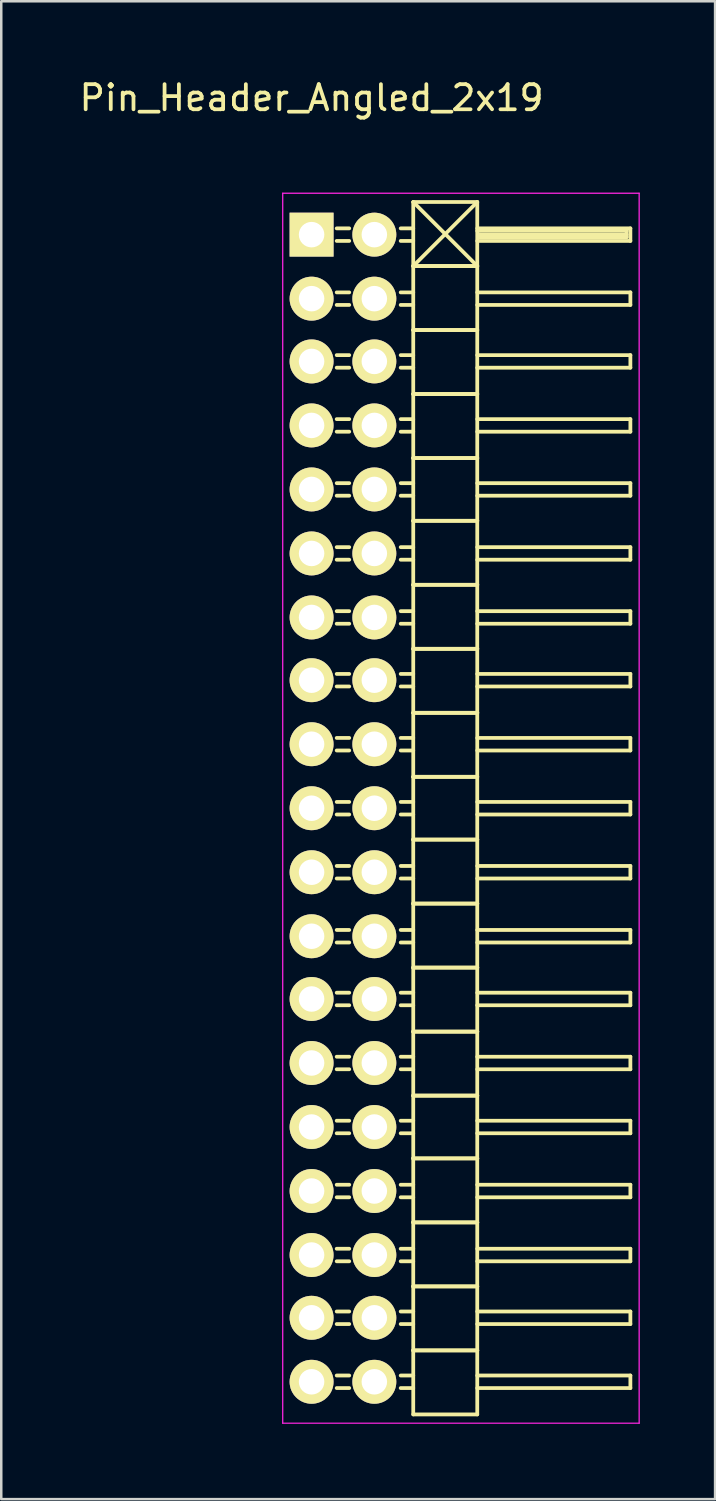
<source format=kicad_pcb>
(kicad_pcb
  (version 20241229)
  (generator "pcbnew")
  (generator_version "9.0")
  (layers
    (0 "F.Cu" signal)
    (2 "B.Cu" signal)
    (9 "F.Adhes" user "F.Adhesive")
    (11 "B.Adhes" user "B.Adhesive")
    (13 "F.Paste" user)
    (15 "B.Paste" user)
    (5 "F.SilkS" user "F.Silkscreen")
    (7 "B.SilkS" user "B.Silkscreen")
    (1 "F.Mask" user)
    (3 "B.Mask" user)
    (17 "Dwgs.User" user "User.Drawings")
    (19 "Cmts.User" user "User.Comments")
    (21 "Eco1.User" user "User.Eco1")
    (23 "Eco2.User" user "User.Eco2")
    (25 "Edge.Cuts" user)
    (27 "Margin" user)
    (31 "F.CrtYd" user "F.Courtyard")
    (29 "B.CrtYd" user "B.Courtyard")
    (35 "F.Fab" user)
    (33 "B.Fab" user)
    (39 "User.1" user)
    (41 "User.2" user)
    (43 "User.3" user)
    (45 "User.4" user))
  (footprint "Pin_Header_Angled_2x19"
    (layer "F.Cu")
    (at 9.363 6.298)
    (property "Reference" "Pin_Header_Angled_2x19" (at 0 -5.45 0) (layer "F.SilkS") (effects (font (size 1 1) (thickness 0.15))))
    (attr through_hole)
    (fp_line (start 1.5 -0.25) (end 1 -0.25) (stroke (width 0.15) (type solid)) (layer "F.SilkS"))
    (fp_line (start 1.5 0.25) (end 1 0.25) (stroke (width 0.15) (type solid)) (layer "F.SilkS"))
    (fp_line (start 1.5 2.3) (end 1 2.3) (stroke (width 0.15) (type solid)) (layer "F.SilkS"))
    (fp_line (start 1.5 2.8) (end 1 2.8) (stroke (width 0.15) (type solid)) (layer "F.SilkS"))
    (fp_line (start 1.5 4.8) (end 1 4.8) (stroke (width 0.15) (type solid)) (layer "F.SilkS"))
    (fp_line (start 1.5 5.3) (end 1 5.3) (stroke (width 0.15) (type solid)) (layer "F.SilkS"))
    (fp_line (start 1.5 7.35) (end 1 7.35) (stroke (width 0.15) (type solid)) (layer "F.SilkS"))
    (fp_line (start 1.5 7.85) (end 1 7.85) (stroke (width 0.15) (type solid)) (layer "F.SilkS"))
    (fp_line (start 1.5 9.9) (end 1 9.9) (stroke (width 0.15) (type solid)) (layer "F.SilkS"))
    (fp_line (start 1.5 10.4) (end 1 10.4) (stroke (width 0.15) (type solid)) (layer "F.SilkS"))
    (fp_line (start 1.5 12.45) (end 1 12.45) (stroke (width 0.15) (type solid)) (layer "F.SilkS"))
    (fp_line (start 1.5 12.95) (end 1 12.95) (stroke (width 0.15) (type solid)) (layer "F.SilkS"))
    (fp_line (start 1.5 15) (end 1 15) (stroke (width 0.15) (type solid)) (layer "F.SilkS"))
    (fp_line (start 1.5 15.5) (end 1 15.5) (stroke (width 0.15) (type solid)) (layer "F.SilkS"))
    (fp_line (start 1.5 17.5) (end 1 17.5) (stroke (width 0.15) (type solid)) (layer "F.SilkS"))
    (fp_line (start 1.5 18) (end 1 18) (stroke (width 0.15) (type solid)) (layer "F.SilkS"))
    (fp_line (start 1.5 20.05) (end 1 20.05) (stroke (width 0.15) (type solid)) (layer "F.SilkS"))
    (fp_line (start 1.5 20.55) (end 1 20.55) (stroke (width 0.15) (type solid)) (layer "F.SilkS"))
    (fp_line (start 1.5 22.6) (end 1 22.6) (stroke (width 0.15) (type solid)) (layer "F.SilkS"))
    (fp_line (start 1.5 23.1) (end 1 23.1) (stroke (width 0.15) (type solid)) (layer "F.SilkS"))
    (fp_line (start 1.5 25.15) (end 1 25.15) (stroke (width 0.15) (type solid)) (layer "F.SilkS"))
    (fp_line (start 1.5 25.65) (end 1 25.65) (stroke (width 0.15) (type solid)) (layer "F.SilkS"))
    (fp_line (start 1.5 27.7) (end 1 27.7) (stroke (width 0.15) (type solid)) (layer "F.SilkS"))
    (fp_line (start 1.5 28.2) (end 1 28.2) (stroke (width 0.15) (type solid)) (layer "F.SilkS"))
    (fp_line (start 1.5 30.2) (end 1 30.2) (stroke (width 0.15) (type solid)) (layer "F.SilkS"))
    (fp_line (start 1.5 30.7) (end 1 30.7) (stroke (width 0.15) (type solid)) (layer "F.SilkS"))
    (fp_line (start 1.5 32.75) (end 1 32.75) (stroke (width 0.15) (type solid)) (layer "F.SilkS"))
    (fp_line (start 1.5 33.25) (end 1 33.25) (stroke (width 0.15) (type solid)) (layer "F.SilkS"))
    (fp_line (start 1.5 35.3) (end 1 35.3) (stroke (width 0.15) (type solid)) (layer "F.SilkS"))
    (fp_line (start 1.5 35.8) (end 1 35.8) (stroke (width 0.15) (type solid)) (layer "F.SilkS"))
    (fp_line (start 1.5 37.85) (end 1 37.85) (stroke (width 0.15) (type solid)) (layer "F.SilkS"))
    (fp_line (start 1.5 38.35) (end 1 38.35) (stroke (width 0.15) (type solid)) (layer "F.SilkS"))
    (fp_line (start 1.5 40.4) (end 1 40.4) (stroke (width 0.15) (type solid)) (layer "F.SilkS"))
    (fp_line (start 1.5 40.9) (end 1 40.9) (stroke (width 0.15) (type solid)) (layer "F.SilkS"))
    (fp_line (start 1.5 42.9) (end 1 42.9) (stroke (width 0.15) (type solid)) (layer "F.SilkS"))
    (fp_line (start 1.5 43.4) (end 1 43.4) (stroke (width 0.15) (type solid)) (layer "F.SilkS"))
    (fp_line (start 1.5 45.45) (end 1 45.45) (stroke (width 0.15) (type solid)) (layer "F.SilkS"))
    (fp_line (start 1.5 45.95) (end 1 45.95) (stroke (width 0.15) (type solid)) (layer "F.SilkS"))
    (fp_line (start 4.05 -1.3) (end 4.05 1.25) (stroke (width 0.15) (type solid)) (layer "F.SilkS"))
    (fp_line (start 4.05 -1.3) (end 6.6 -1.3) (stroke (width 0.15) (type solid)) (layer "F.SilkS"))
    (fp_line (start 4.05 -1.3) (end 6.6 1.25) (stroke (width 0.15) (type solid)) (layer "F.SilkS"))
    (fp_line (start 4.05 -0.25) (end 3.55 -0.25) (stroke (width 0.15) (type solid)) (layer "F.SilkS"))
    (fp_line (start 4.05 0.25) (end 3.55 0.25) (stroke (width 0.15) (type solid)) (layer "F.SilkS"))
    (fp_line (start 4.05 1.25) (end 4.05 3.8) (stroke (width 0.15) (type solid)) (layer "F.SilkS"))
    (fp_line (start 4.05 1.25) (end 6.6 1.25) (stroke (width 0.15) (type solid)) (layer "F.SilkS"))
    (fp_line (start 4.05 1.25) (end 6.6 1.25) (stroke (width 0.15) (type solid)) (layer "F.SilkS"))
    (fp_line (start 4.05 2.3) (end 3.55 2.3) (stroke (width 0.15) (type solid)) (layer "F.SilkS"))
    (fp_line (start 4.05 2.8) (end 3.55 2.8) (stroke (width 0.15) (type solid)) (layer "F.SilkS"))
    (fp_line (start 4.05 3.8) (end 4.05 6.35) (stroke (width 0.15) (type solid)) (layer "F.SilkS"))
    (fp_line (start 4.05 3.8) (end 6.6 3.8) (stroke (width 0.15) (type solid)) (layer "F.SilkS"))
    (fp_line (start 4.05 3.8) (end 6.6 3.8) (stroke (width 0.15) (type solid)) (layer "F.SilkS"))
    (fp_line (start 4.05 4.8) (end 3.55 4.8) (stroke (width 0.15) (type solid)) (layer "F.SilkS"))
    (fp_line (start 4.05 5.3) (end 3.55 5.3) (stroke (width 0.15) (type solid)) (layer "F.SilkS"))
    (fp_line (start 4.05 6.35) (end 4.05 8.9) (stroke (width 0.15) (type solid)) (layer "F.SilkS"))
    (fp_line (start 4.05 6.35) (end 6.6 6.35) (stroke (width 0.15) (type solid)) (layer "F.SilkS"))
    (fp_line (start 4.05 6.35) (end 6.6 6.35) (stroke (width 0.15) (type solid)) (layer "F.SilkS"))
    (fp_line (start 4.05 7.35) (end 3.55 7.35) (stroke (width 0.15) (type solid)) (layer "F.SilkS"))
    (fp_line (start 4.05 7.85) (end 3.55 7.85) (stroke (width 0.15) (type solid)) (layer "F.SilkS"))
    (fp_line (start 4.05 8.9) (end 4.05 11.4) (stroke (width 0.15) (type solid)) (layer "F.SilkS"))
    (fp_line (start 4.05 8.9) (end 6.6 8.9) (stroke (width 0.15) (type solid)) (layer "F.SilkS"))
    (fp_line (start 4.05 8.9) (end 6.6 8.9) (stroke (width 0.15) (type solid)) (layer "F.SilkS"))
    (fp_line (start 4.05 9.9) (end 3.55 9.9) (stroke (width 0.15) (type solid)) (layer "F.SilkS"))
    (fp_line (start 4.05 10.4) (end 3.55 10.4) (stroke (width 0.15) (type solid)) (layer "F.SilkS"))
    (fp_line (start 4.05 11.4) (end 4.05 13.95) (stroke (width 0.15) (type solid)) (layer "F.SilkS"))
    (fp_line (start 4.05 11.4) (end 6.6 11.4) (stroke (width 0.15) (type solid)) (layer "F.SilkS"))
    (fp_line (start 4.05 11.4) (end 6.6 11.4) (stroke (width 0.15) (type solid)) (layer "F.SilkS"))
    (fp_line (start 4.05 12.45) (end 3.55 12.45) (stroke (width 0.15) (type solid)) (layer "F.SilkS"))
    (fp_line (start 4.05 12.95) (end 3.55 12.95) (stroke (width 0.15) (type solid)) (layer "F.SilkS"))
    (fp_line (start 4.05 13.95) (end 4.05 16.5) (stroke (width 0.15) (type solid)) (layer "F.SilkS"))
    (fp_line (start 4.05 13.95) (end 6.6 13.95) (stroke (width 0.15) (type solid)) (layer "F.SilkS"))
    (fp_line (start 4.05 13.95) (end 6.6 13.95) (stroke (width 0.15) (type solid)) (layer "F.SilkS"))
    (fp_line (start 4.05 15) (end 3.55 15) (stroke (width 0.15) (type solid)) (layer "F.SilkS"))
    (fp_line (start 4.05 15.5) (end 3.55 15.5) (stroke (width 0.15) (type solid)) (layer "F.SilkS"))
    (fp_line (start 4.05 16.5) (end 4.05 19.05) (stroke (width 0.15) (type solid)) (layer "F.SilkS"))
    (fp_line (start 4.05 16.5) (end 6.6 16.5) (stroke (width 0.15) (type solid)) (layer "F.SilkS"))
    (fp_line (start 4.05 16.5) (end 6.6 16.5) (stroke (width 0.15) (type solid)) (layer "F.SilkS"))
    (fp_line (start 4.05 17.5) (end 3.55 17.5) (stroke (width 0.15) (type solid)) (layer "F.SilkS"))
    (fp_line (start 4.05 18) (end 3.55 18) (stroke (width 0.15) (type solid)) (layer "F.SilkS"))
    (fp_line (start 4.05 19.05) (end 4.05 21.6) (stroke (width 0.15) (type solid)) (layer "F.SilkS"))
    (fp_line (start 4.05 19.05) (end 6.6 19.05) (stroke (width 0.15) (type solid)) (layer "F.SilkS"))
    (fp_line (start 4.05 19.05) (end 6.6 19.05) (stroke (width 0.15) (type solid)) (layer "F.SilkS"))
    (fp_line (start 4.05 20.05) (end 3.55 20.05) (stroke (width 0.15) (type solid)) (layer "F.SilkS"))
    (fp_line (start 4.05 20.55) (end 3.55 20.55) (stroke (width 0.15) (type solid)) (layer "F.SilkS"))
    (fp_line (start 4.05 21.6) (end 4.05 24.1) (stroke (width 0.15) (type solid)) (layer "F.SilkS"))
    (fp_line (start 4.05 21.6) (end 6.6 21.6) (stroke (width 0.15) (type solid)) (layer "F.SilkS"))
    (fp_line (start 4.05 21.6) (end 6.6 21.6) (stroke (width 0.15) (type solid)) (layer "F.SilkS"))
    (fp_line (start 4.05 22.6) (end 3.55 22.6) (stroke (width 0.15) (type solid)) (layer "F.SilkS"))
    (fp_line (start 4.05 23.1) (end 3.55 23.1) (stroke (width 0.15) (type solid)) (layer "F.SilkS"))
    (fp_line (start 4.05 24.1) (end 4.05 26.65) (stroke (width 0.15) (type solid)) (layer "F.SilkS"))
    (fp_line (start 4.05 24.1) (end 6.6 24.1) (stroke (width 0.15) (type solid)) (layer "F.SilkS"))
    (fp_line (start 4.05 24.1) (end 6.6 24.1) (stroke (width 0.15) (type solid)) (layer "F.SilkS"))
    (fp_line (start 4.05 25.15) (end 3.55 25.15) (stroke (width 0.15) (type solid)) (layer "F.SilkS"))
    (fp_line (start 4.05 25.65) (end 3.55 25.65) (stroke (width 0.15) (type solid)) (layer "F.SilkS"))
    (fp_line (start 4.05 26.65) (end 4.05 29.2) (stroke (width 0.15) (type solid)) (layer "F.SilkS"))
    (fp_line (start 4.05 26.65) (end 6.6 26.65) (stroke (width 0.15) (type solid)) (layer "F.SilkS"))
    (fp_line (start 4.05 26.65) (end 6.6 26.65) (stroke (width 0.15) (type solid)) (layer "F.SilkS"))
    (fp_line (start 4.05 27.7) (end 3.55 27.7) (stroke (width 0.15) (type solid)) (layer "F.SilkS"))
    (fp_line (start 4.05 28.2) (end 3.55 28.2) (stroke (width 0.15) (type solid)) (layer "F.SilkS"))
    (fp_line (start 4.05 29.2) (end 4.05 31.75) (stroke (width 0.15) (type solid)) (layer "F.SilkS"))
    (fp_line (start 4.05 29.2) (end 6.6 29.2) (stroke (width 0.15) (type solid)) (layer "F.SilkS"))
    (fp_line (start 4.05 29.2) (end 6.6 29.2) (stroke (width 0.15) (type solid)) (layer "F.SilkS"))
    (fp_line (start 4.05 30.2) (end 3.55 30.2) (stroke (width 0.15) (type solid)) (layer "F.SilkS"))
    (fp_line (start 4.05 30.7) (end 3.55 30.7) (stroke (width 0.15) (type solid)) (layer "F.SilkS"))
    (fp_line (start 4.05 31.75) (end 4.05 34.3) (stroke (width 0.15) (type solid)) (layer "F.SilkS"))
    (fp_line (start 4.05 31.75) (end 6.6 31.75) (stroke (width 0.15) (type solid)) (layer "F.SilkS"))
    (fp_line (start 4.05 31.75) (end 6.6 31.75) (stroke (width 0.15) (type solid)) (layer "F.SilkS"))
    (fp_line (start 4.05 32.75) (end 3.55 32.75) (stroke (width 0.15) (type solid)) (layer "F.SilkS"))
    (fp_line (start 4.05 33.25) (end 3.55 33.25) (stroke (width 0.15) (type solid)) (layer "F.SilkS"))
    (fp_line (start 4.05 34.3) (end 4.05 36.8) (stroke (width 0.15) (type solid)) (layer "F.SilkS"))
    (fp_line (start 4.05 34.3) (end 6.6 34.3) (stroke (width 0.15) (type solid)) (layer "F.SilkS"))
    (fp_line (start 4.05 34.3) (end 6.6 34.3) (stroke (width 0.15) (type solid)) (layer "F.SilkS"))
    (fp_line (start 4.05 35.3) (end 3.55 35.3) (stroke (width 0.15) (type solid)) (layer "F.SilkS"))
    (fp_line (start 4.05 35.8) (end 3.55 35.8) (stroke (width 0.15) (type solid)) (layer "F.SilkS"))
    (fp_line (start 4.05 36.8) (end 4.05 39.35) (stroke (width 0.15) (type solid)) (layer "F.SilkS"))
    (fp_line (start 4.05 36.8) (end 6.6 36.8) (stroke (width 0.15) (type solid)) (layer "F.SilkS"))
    (fp_line (start 4.05 36.8) (end 6.6 36.8) (stroke (width 0.15) (type solid)) (layer "F.SilkS"))
    (fp_line (start 4.05 37.85) (end 3.55 37.85) (stroke (width 0.15) (type solid)) (layer "F.SilkS"))
    (fp_line (start 4.05 38.35) (end 3.55 38.35) (stroke (width 0.15) (type solid)) (layer "F.SilkS"))
    (fp_line (start 4.05 39.35) (end 4.05 41.9) (stroke (width 0.15) (type solid)) (layer "F.SilkS"))
    (fp_line (start 4.05 39.35) (end 6.6 39.35) (stroke (width 0.15) (type solid)) (layer "F.SilkS"))
    (fp_line (start 4.05 39.35) (end 6.6 39.35) (stroke (width 0.15) (type solid)) (layer "F.SilkS"))
    (fp_line (start 4.05 40.4) (end 3.55 40.4) (stroke (width 0.15) (type solid)) (layer "F.SilkS"))
    (fp_line (start 4.05 40.9) (end 3.55 40.9) (stroke (width 0.15) (type solid)) (layer "F.SilkS"))
    (fp_line (start 4.05 41.9) (end 4.05 44.45) (stroke (width 0.15) (type solid)) (layer "F.SilkS"))
    (fp_line (start 4.05 41.9) (end 6.6 41.9) (stroke (width 0.15) (type solid)) (layer "F.SilkS"))
    (fp_line (start 4.05 41.9) (end 6.6 41.9) (stroke (width 0.15) (type solid)) (layer "F.SilkS"))
    (fp_line (start 4.05 42.9) (end 3.55 42.9) (stroke (width 0.15) (type solid)) (layer "F.SilkS"))
    (fp_line (start 4.05 43.4) (end 3.55 43.4) (stroke (width 0.15) (type solid)) (layer "F.SilkS"))
    (fp_line (start 4.05 44.45) (end 4.05 47) (stroke (width 0.15) (type solid)) (layer "F.SilkS"))
    (fp_line (start 4.05 44.45) (end 6.6 44.45) (stroke (width 0.15) (type solid)) (layer "F.SilkS"))
    (fp_line (start 4.05 44.45) (end 6.6 44.45) (stroke (width 0.15) (type solid)) (layer "F.SilkS"))
    (fp_line (start 4.05 45.45) (end 3.55 45.45) (stroke (width 0.15) (type solid)) (layer "F.SilkS"))
    (fp_line (start 4.05 45.95) (end 3.55 45.95) (stroke (width 0.15) (type solid)) (layer "F.SilkS"))
    (fp_line (start 4.05 47) (end 6.6 47) (stroke (width 0.15) (type solid)) (layer "F.SilkS"))
    (fp_line (start 6.6 -1.3) (end 4.05 1.25) (stroke (width 0.15) (type solid)) (layer "F.SilkS"))
    (fp_line (start 6.6 -0.25) (end 12.7 -0.25) (stroke (width 0.15) (type solid)) (layer "F.SilkS"))
    (fp_line (start 6.6 -0.15) (end 12.55 -0.15) (stroke (width 0.15) (type solid)) (layer "F.SilkS"))
    (fp_line (start 6.6 1.25) (end 6.6 -1.3) (stroke (width 0.15) (type solid)) (layer "F.SilkS"))
    (fp_line (start 6.6 2.3) (end 12.7 2.3) (stroke (width 0.15) (type solid)) (layer "F.SilkS"))
    (fp_line (start 6.6 3.8) (end 6.6 1.25) (stroke (width 0.15) (type solid)) (layer "F.SilkS"))
    (fp_line (start 6.6 4.8) (end 12.7 4.8) (stroke (width 0.15) (type solid)) (layer "F.SilkS"))
    (fp_line (start 6.6 6.35) (end 6.6 3.8) (stroke (width 0.15) (type solid)) (layer "F.SilkS"))
    (fp_line (start 6.6 7.35) (end 12.7 7.35) (stroke (width 0.15) (type solid)) (layer "F.SilkS"))
    (fp_line (start 6.6 8.9) (end 6.6 6.35) (stroke (width 0.15) (type solid)) (layer "F.SilkS"))
    (fp_line (start 6.6 9.9) (end 12.7 9.9) (stroke (width 0.15) (type solid)) (layer "F.SilkS"))
    (fp_line (start 6.6 11.4) (end 6.6 8.9) (stroke (width 0.15) (type solid)) (layer "F.SilkS"))
    (fp_line (start 6.6 12.45) (end 12.7 12.45) (stroke (width 0.15) (type solid)) (layer "F.SilkS"))
    (fp_line (start 6.6 13.95) (end 6.6 11.4) (stroke (width 0.15) (type solid)) (layer "F.SilkS"))
    (fp_line (start 6.6 15) (end 12.7 15) (stroke (width 0.15) (type solid)) (layer "F.SilkS"))
    (fp_line (start 6.6 16.5) (end 6.6 13.95) (stroke (width 0.15) (type solid)) (layer "F.SilkS"))
    (fp_line (start 6.6 17.5) (end 12.7 17.5) (stroke (width 0.15) (type solid)) (layer "F.SilkS"))
    (fp_line (start 6.6 19.05) (end 6.6 16.5) (stroke (width 0.15) (type solid)) (layer "F.SilkS"))
    (fp_line (start 6.6 20.05) (end 12.7 20.05) (stroke (width 0.15) (type solid)) (layer "F.SilkS"))
    (fp_line (start 6.6 21.6) (end 6.6 19.05) (stroke (width 0.15) (type solid)) (layer "F.SilkS"))
    (fp_line (start 6.6 22.6) (end 12.7 22.6) (stroke (width 0.15) (type solid)) (layer "F.SilkS"))
    (fp_line (start 6.6 24.1) (end 6.6 21.6) (stroke (width 0.15) (type solid)) (layer "F.SilkS"))
    (fp_line (start 6.6 25.15) (end 12.7 25.15) (stroke (width 0.15) (type solid)) (layer "F.SilkS"))
    (fp_line (start 6.6 26.65) (end 6.6 24.1) (stroke (width 0.15) (type solid)) (layer "F.SilkS"))
    (fp_line (start 6.6 27.7) (end 12.7 27.7) (stroke (width 0.15) (type solid)) (layer "F.SilkS"))
    (fp_line (start 6.6 29.2) (end 6.6 26.65) (stroke (width 0.15) (type solid)) (layer "F.SilkS"))
    (fp_line (start 6.6 30.2) (end 12.7 30.2) (stroke (width 0.15) (type solid)) (layer "F.SilkS"))
    (fp_line (start 6.6 31.75) (end 6.6 29.2) (stroke (width 0.15) (type solid)) (layer "F.SilkS"))
    (fp_line (start 6.6 32.75) (end 12.7 32.75) (stroke (width 0.15) (type solid)) (layer "F.SilkS"))
    (fp_line (start 6.6 34.3) (end 6.6 31.75) (stroke (width 0.15) (type solid)) (layer "F.SilkS"))
    (fp_line (start 6.6 35.3) (end 12.7 35.3) (stroke (width 0.15) (type solid)) (layer "F.SilkS"))
    (fp_line (start 6.6 36.8) (end 6.6 34.3) (stroke (width 0.15) (type solid)) (layer "F.SilkS"))
    (fp_line (start 6.6 37.85) (end 12.7 37.85) (stroke (width 0.15) (type solid)) (layer "F.SilkS"))
    (fp_line (start 6.6 39.35) (end 6.6 36.8) (stroke (width 0.15) (type solid)) (layer "F.SilkS"))
    (fp_line (start 6.6 40.4) (end 12.7 40.4) (stroke (width 0.15) (type solid)) (layer "F.SilkS"))
    (fp_line (start 6.6 41.9) (end 6.6 39.35) (stroke (width 0.15) (type solid)) (layer "F.SilkS"))
    (fp_line (start 6.6 42.9) (end 12.7 42.9) (stroke (width 0.15) (type solid)) (layer "F.SilkS"))
    (fp_line (start 6.6 44.45) (end 6.6 41.9) (stroke (width 0.15) (type solid)) (layer "F.SilkS"))
    (fp_line (start 6.6 45.45) (end 12.7 45.45) (stroke (width 0.15) (type solid)) (layer "F.SilkS"))
    (fp_line (start 6.6 47) (end 6.6 44.45) (stroke (width 0.15) (type solid)) (layer "F.SilkS"))
    (fp_line (start 6.7 0) (end 12.55 0) (stroke (width 0.15) (type solid)) (layer "F.SilkS"))
    (fp_line (start 6.7 0.1) (end 6.7 0) (stroke (width 0.15) (type solid)) (layer "F.SilkS"))
    (fp_line (start 12.55 -0.15) (end 12.55 0.1) (stroke (width 0.15) (type solid)) (layer "F.SilkS"))
    (fp_line (start 12.55 0.1) (end 6.7 0.1) (stroke (width 0.15) (type solid)) (layer "F.SilkS"))
    (fp_line (start 12.7 -0.25) (end 12.7 0.25) (stroke (width 0.15) (type solid)) (layer "F.SilkS"))
    (fp_line (start 12.7 0.25) (end 6.6 0.25) (stroke (width 0.15) (type solid)) (layer "F.SilkS"))
    (fp_line (start 12.7 2.3) (end 12.7 2.8) (stroke (width 0.15) (type solid)) (layer "F.SilkS"))
    (fp_line (start 12.7 2.8) (end 6.6 2.8) (stroke (width 0.15) (type solid)) (layer "F.SilkS"))
    (fp_line (start 12.7 4.8) (end 12.7 5.3) (stroke (width 0.15) (type solid)) (layer "F.SilkS"))
    (fp_line (start 12.7 5.3) (end 6.6 5.3) (stroke (width 0.15) (type solid)) (layer "F.SilkS"))
    (fp_line (start 12.7 7.35) (end 12.7 7.85) (stroke (width 0.15) (type solid)) (layer "F.SilkS"))
    (fp_line (start 12.7 7.85) (end 6.6 7.85) (stroke (width 0.15) (type solid)) (layer "F.SilkS"))
    (fp_line (start 12.7 9.9) (end 12.7 10.4) (stroke (width 0.15) (type solid)) (layer "F.SilkS"))
    (fp_line (start 12.7 10.4) (end 6.6 10.4) (stroke (width 0.15) (type solid)) (layer "F.SilkS"))
    (fp_line (start 12.7 12.45) (end 12.7 12.95) (stroke (width 0.15) (type solid)) (layer "F.SilkS"))
    (fp_line (start 12.7 12.95) (end 6.6 12.95) (stroke (width 0.15) (type solid)) (layer "F.SilkS"))
    (fp_line (start 12.7 15) (end 12.7 15.5) (stroke (width 0.15) (type solid)) (layer "F.SilkS"))
    (fp_line (start 12.7 15.5) (end 6.6 15.5) (stroke (width 0.15) (type solid)) (layer "F.SilkS"))
    (fp_line (start 12.7 17.5) (end 12.7 18) (stroke (width 0.15) (type solid)) (layer "F.SilkS"))
    (fp_line (start 12.7 18) (end 6.6 18) (stroke (width 0.15) (type solid)) (layer "F.SilkS"))
    (fp_line (start 12.7 20.05) (end 12.7 20.55) (stroke (width 0.15) (type solid)) (layer "F.SilkS"))
    (fp_line (start 12.7 20.55) (end 6.6 20.55) (stroke (width 0.15) (type solid)) (layer "F.SilkS"))
    (fp_line (start 12.7 22.6) (end 12.7 23.1) (stroke (width 0.15) (type solid)) (layer "F.SilkS"))
    (fp_line (start 12.7 23.1) (end 6.6 23.1) (stroke (width 0.15) (type solid)) (layer "F.SilkS"))
    (fp_line (start 12.7 25.15) (end 12.7 25.65) (stroke (width 0.15) (type solid)) (layer "F.SilkS"))
    (fp_line (start 12.7 25.65) (end 6.6 25.65) (stroke (width 0.15) (type solid)) (layer "F.SilkS"))
    (fp_line (start 12.7 27.7) (end 12.7 28.2) (stroke (width 0.15) (type solid)) (layer "F.SilkS"))
    (fp_line (start 12.7 28.2) (end 6.6 28.2) (stroke (width 0.15) (type solid)) (layer "F.SilkS"))
    (fp_line (start 12.7 30.2) (end 12.7 30.7) (stroke (width 0.15) (type solid)) (layer "F.SilkS"))
    (fp_line (start 12.7 30.7) (end 6.6 30.7) (stroke (width 0.15) (type solid)) (layer "F.SilkS"))
    (fp_line (start 12.7 32.75) (end 12.7 33.25) (stroke (width 0.15) (type solid)) (layer "F.SilkS"))
    (fp_line (start 12.7 33.25) (end 6.6 33.25) (stroke (width 0.15) (type solid)) (layer "F.SilkS"))
    (fp_line (start 12.7 35.3) (end 12.7 35.8) (stroke (width 0.15) (type solid)) (layer "F.SilkS"))
    (fp_line (start 12.7 35.8) (end 6.6 35.8) (stroke (width 0.15) (type solid)) (layer "F.SilkS"))
    (fp_line (start 12.7 37.85) (end 12.7 38.35) (stroke (width 0.15) (type solid)) (layer "F.SilkS"))
    (fp_line (start 12.7 38.35) (end 6.6 38.35) (stroke (width 0.15) (type solid)) (layer "F.SilkS"))
    (fp_line (start 12.7 40.4) (end 12.7 40.9) (stroke (width 0.15) (type solid)) (layer "F.SilkS"))
    (fp_line (start 12.7 40.9) (end 6.6 40.9) (stroke (width 0.15) (type solid)) (layer "F.SilkS"))
    (fp_line (start 12.7 42.9) (end 12.7 43.4) (stroke (width 0.15) (type solid)) (layer "F.SilkS"))
    (fp_line (start 12.7 43.4) (end 6.6 43.4) (stroke (width 0.15) (type solid)) (layer "F.SilkS"))
    (fp_line (start 12.7 45.45) (end 12.7 45.95) (stroke (width 0.15) (type solid)) (layer "F.SilkS"))
    (fp_line (start 12.7 45.95) (end 6.6 45.95) (stroke (width 0.15) (type solid)) (layer "F.SilkS"))
    (fp_line (start -1.15 -1.65) (end -1.15 47.35) (stroke (width 0.05) (type solid)) (layer "F.CrtYd"))
    (fp_line (start -1.15 -1.65) (end 13.05 -1.65) (stroke (width 0.05) (type solid)) (layer "F.CrtYd"))
    (fp_line (start -1.15 47.35) (end 13.05 47.35) (stroke (width 0.05) (type solid)) (layer "F.CrtYd"))
    (fp_line (start 13.05 -1.65) (end 13.05 47.35) (stroke (width 0.05) (type solid)) (layer "F.CrtYd"))
    (pad "1" thru_hole rect (at 0 0) (size 1.75 1.75) (drill 1.016) (layers "*.Cu" "*.Mask" "F.SilkS"))
    (pad "2" thru_hole oval (at 2.5 0) (size 1.75 1.75) (drill 1.016) (layers "*.Cu" "*.Mask" "F.SilkS"))
    (pad "3" thru_hole oval (at 0 2.55) (size 1.75 1.75) (drill 1.016) (layers "*.Cu" "*.Mask" "F.SilkS"))
    (pad "4" thru_hole oval (at 2.5 2.55) (size 1.75 1.75) (drill 1.016) (layers "*.Cu" "*.Mask" "F.SilkS"))
    (pad "5" thru_hole oval (at 0 5.05) (size 1.75 1.75) (drill 1.016) (layers "*.Cu" "*.Mask" "F.SilkS"))
    (pad "6" thru_hole oval (at 2.5 5.05) (size 1.75 1.75) (drill 1.016) (layers "*.Cu" "*.Mask" "F.SilkS"))
    (pad "7" thru_hole oval (at 0 7.6) (size 1.75 1.75) (drill 1.016) (layers "*.Cu" "*.Mask" "F.SilkS"))
    (pad "8" thru_hole oval (at 2.5 7.6) (size 1.75 1.75) (drill 1.016) (layers "*.Cu" "*.Mask" "F.SilkS"))
    (pad "9" thru_hole oval (at 0 10.15) (size 1.75 1.75) (drill 1.016) (layers "*.Cu" "*.Mask" "F.SilkS"))
    (pad "10" thru_hole oval (at 2.5 10.15) (size 1.75 1.75) (drill 1.016) (layers "*.Cu" "*.Mask" "F.SilkS"))
    (pad "11" thru_hole oval (at 0 12.7) (size 1.75 1.75) (drill 1.016) (layers "*.Cu" "*.Mask" "F.SilkS"))
    (pad "12" thru_hole oval (at 2.5 12.7) (size 1.75 1.75) (drill 1.016) (layers "*.Cu" "*.Mask" "F.SilkS"))
    (pad "13" thru_hole oval (at 0 15.25) (size 1.75 1.75) (drill 1.016) (layers "*.Cu" "*.Mask" "F.SilkS"))
    (pad "14" thru_hole oval (at 2.5 15.25) (size 1.75 1.75) (drill 1.016) (layers "*.Cu" "*.Mask" "F.SilkS"))
    (pad "15" thru_hole oval (at 0 17.75) (size 1.75 1.75) (drill 1.016) (layers "*.Cu" "*.Mask" "F.SilkS"))
    (pad "16" thru_hole oval (at 2.5 17.75) (size 1.75 1.75) (drill 1.016) (layers "*.Cu" "*.Mask" "F.SilkS"))
    (pad "17" thru_hole oval (at 0 20.3) (size 1.75 1.75) (drill 1.016) (layers "*.Cu" "*.Mask" "F.SilkS"))
    (pad "18" thru_hole oval (at 2.5 20.3) (size 1.75 1.75) (drill 1.016) (layers "*.Cu" "*.Mask" "F.SilkS"))
    (pad "19" thru_hole oval (at 0 22.85) (size 1.75 1.75) (drill 1.016) (layers "*.Cu" "*.Mask" "F.SilkS"))
    (pad "20" thru_hole oval (at 2.5 22.85) (size 1.75 1.75) (drill 1.016) (layers "*.Cu" "*.Mask" "F.SilkS"))
    (pad "21" thru_hole oval (at 0 25.4) (size 1.75 1.75) (drill 1.016) (layers "*.Cu" "*.Mask" "F.SilkS"))
    (pad "22" thru_hole oval (at 2.5 25.4) (size 1.75 1.75) (drill 1.016) (layers "*.Cu" "*.Mask" "F.SilkS"))
    (pad "23" thru_hole oval (at 0 27.95) (size 1.75 1.75) (drill 1.016) (layers "*.Cu" "*.Mask" "F.SilkS"))
    (pad "24" thru_hole oval (at 2.5 27.95) (size 1.75 1.75) (drill 1.016) (layers "*.Cu" "*.Mask" "F.SilkS"))
    (pad "25" thru_hole oval (at 0 30.45) (size 1.75 1.75) (drill 1.016) (layers "*.Cu" "*.Mask" "F.SilkS"))
    (pad "26" thru_hole oval (at 2.5 30.45) (size 1.75 1.75) (drill 1.016) (layers "*.Cu" "*.Mask" "F.SilkS"))
    (pad "27" thru_hole oval (at 0 33) (size 1.75 1.75) (drill 1.016) (layers "*.Cu" "*.Mask" "F.SilkS"))
    (pad "28" thru_hole oval (at 2.5 33) (size 1.75 1.75) (drill 1.016) (layers "*.Cu" "*.Mask" "F.SilkS"))
    (pad "29" thru_hole oval (at 0 35.55) (size 1.75 1.75) (drill 1.016) (layers "*.Cu" "*.Mask" "F.SilkS"))
    (pad "30" thru_hole oval (at 2.5 35.55) (size 1.75 1.75) (drill 1.016) (layers "*.Cu" "*.Mask" "F.SilkS"))
    (pad "31" thru_hole oval (at 0 38.1) (size 1.75 1.75) (drill 1.016) (layers "*.Cu" "*.Mask" "F.SilkS"))
    (pad "32" thru_hole oval (at 2.5 38.1) (size 1.75 1.75) (drill 1.016) (layers "*.Cu" "*.Mask" "F.SilkS"))
    (pad "33" thru_hole oval (at 0 40.65) (size 1.75 1.75) (drill 1.016) (layers "*.Cu" "*.Mask" "F.SilkS"))
    (pad "34" thru_hole oval (at 2.5 40.65) (size 1.75 1.75) (drill 1.016) (layers "*.Cu" "*.Mask" "F.SilkS"))
    (pad "35" thru_hole oval (at 0 43.15) (size 1.75 1.75) (drill 1.016) (layers "*.Cu" "*.Mask" "F.SilkS"))
    (pad "36" thru_hole oval (at 2.5 43.15) (size 1.75 1.75) (drill 1.016) (layers "*.Cu" "*.Mask" "F.SilkS"))
    (pad "37" thru_hole oval (at 0 45.7) (size 1.75 1.75) (drill 1.016) (layers "*.Cu" "*.Mask" "F.SilkS"))
    (pad "38" thru_hole oval (at 2.5 45.7) (size 1.75 1.75) (drill 1.016) (layers "*.Cu" "*.Mask" "F.SilkS")))
  (gr_rect
    (start -3 -3)
    (end 25.438 56.673)
    (stroke (width 0.1) (type default))
    (fill no)
    (layer "Edge.Cuts")))
</source>
